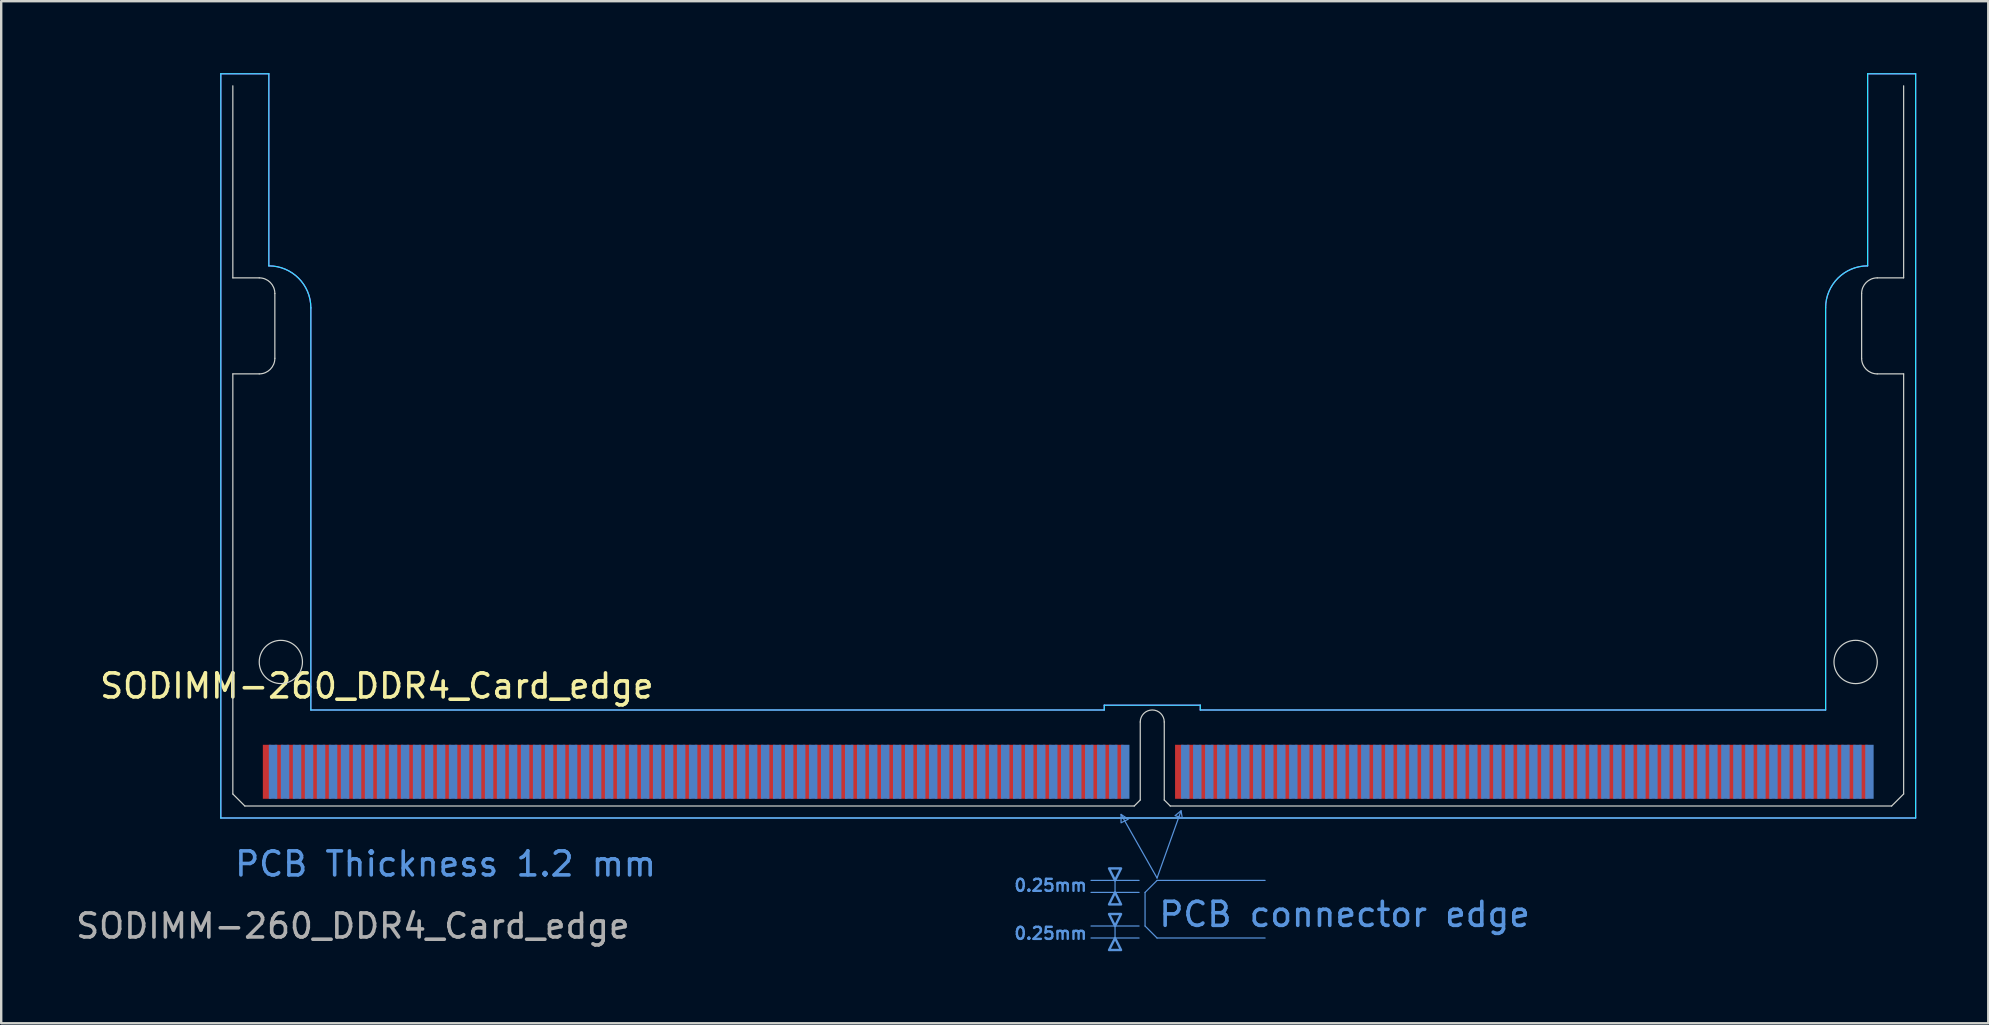
<source format=kicad_pcb>
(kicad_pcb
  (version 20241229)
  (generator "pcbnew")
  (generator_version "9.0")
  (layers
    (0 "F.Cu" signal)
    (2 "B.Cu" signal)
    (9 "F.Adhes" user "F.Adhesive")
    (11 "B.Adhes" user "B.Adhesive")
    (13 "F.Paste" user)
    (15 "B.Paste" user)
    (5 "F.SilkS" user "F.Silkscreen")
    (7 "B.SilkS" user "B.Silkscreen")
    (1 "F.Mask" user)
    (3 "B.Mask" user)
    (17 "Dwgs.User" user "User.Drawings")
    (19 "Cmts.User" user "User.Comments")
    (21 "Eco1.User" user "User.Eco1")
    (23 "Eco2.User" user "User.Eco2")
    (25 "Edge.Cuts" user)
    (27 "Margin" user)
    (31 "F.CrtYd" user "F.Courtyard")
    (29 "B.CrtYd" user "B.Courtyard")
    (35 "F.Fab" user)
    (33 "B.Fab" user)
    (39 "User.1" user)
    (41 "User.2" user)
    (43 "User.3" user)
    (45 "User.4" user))
  (footprint "SODIMM-260_DDR4_Card_edge"
    (layer "F.Cu")
    (at 6.649 30.525)
    (property "Reference" "SODIMM-260_DDR4_Card_edge" (at 6 -5 0) (layer "F.SilkS") (effects (font (size 1 1) (thickness 0.15))))
    (attr exclude_from_pos_files exclude_from_bom allow_soldermask_bridges)
    (fp_rect (start 1.1 -2.7) (end 37.8 0) (stroke (width 0) (type solid)) (fill yes) (layer "F.Mask"))
    (fp_rect (start 38.8 -2.7) (end 68.25 0) (stroke (width 0) (type solid)) (fill yes) (layer "F.Mask"))
    (fp_rect (start 1.35 -2.7) (end 37.8 0) (stroke (width 0) (type solid)) (fill yes) (layer "B.Mask"))
    (fp_rect (start 38.8 -2.7) (end 68.5 0) (stroke (width 0) (type solid)) (fill yes) (layer "B.Mask"))
    (fp_line (start 36.75 3.1) (end 36.75 3.6) (stroke (width 0.05) (type default)) (layer "Cmts.User"))
    (fp_line (start 36.75 5) (end 36.75 5.5) (stroke (width 0.05) (type default)) (layer "Cmts.User"))
    (fp_line (start 37 0.35) (end 38.5 3) (stroke (width 0.05) (type default)) (layer "Cmts.User"))
    (fp_line (start 37.75 3.1) (end 35.75 3.1) (stroke (width 0.05) (type default)) (layer "Cmts.User"))
    (fp_line (start 37.75 3.6) (end 35.75 3.6) (stroke (width 0.05) (type default)) (layer "Cmts.User"))
    (fp_line (start 37.75 5) (end 35.75 5) (stroke (width 0.05) (type default)) (layer "Cmts.User"))
    (fp_line (start 37.75 5.5) (end 35.75 5.5) (stroke (width 0.05) (type default)) (layer "Cmts.User"))
    (fp_line (start 38 3.6) (end 38 5) (stroke (width 0.05) (type default)) (layer "Cmts.User"))
    (fp_line (start 38 5) (end 38.5 5.5) (stroke (width 0.05) (type default)) (layer "Cmts.User"))
    (fp_line (start 38.5 3.1) (end 38 3.6) (stroke (width 0.05) (type default)) (layer "Cmts.User"))
    (fp_line (start 38.5 5.5) (end 43 5.5) (stroke (width 0.05) (type default)) (layer "Cmts.User"))
    (fp_line (start 39.5 0.2) (end 38.5 3) (stroke (width 0.05) (type default)) (layer "Cmts.User"))
    (fp_line (start 43 3.1) (end 38.5 3.1) (stroke (width 0.05) (type default)) (layer "Cmts.User"))
    (fp_poly (pts (xy 36.75 3.1) (xy 36.5 2.6) (xy 37 2.6)) (stroke (width 0.1) (type solid)) (fill no) (layer "Cmts.User"))
    (fp_poly (pts (xy 36.75 3.6) (xy 36.5 4.1) (xy 37 4.1)) (stroke (width 0.1) (type solid)) (fill no) (layer "Cmts.User"))
    (fp_poly (pts (xy 36.75 5) (xy 36.5 4.5) (xy 37 4.5)) (stroke (width 0.1) (type solid)) (fill no) (layer "Cmts.User"))
    (fp_poly (pts (xy 36.75 5.5) (xy 36.5 6) (xy 37 6)) (stroke (width 0.1) (type solid)) (fill no) (layer "Cmts.User"))
    (fp_poly (pts (xy 37 0.35) (xy 37 0.7) (xy 37.3 0.55)) (stroke (width 0.05) (type solid)) (fill no) (layer "Cmts.User"))
    (fp_poly (pts (xy 39.5 0.2) (xy 39.25 0.4) (xy 39.55 0.5)) (stroke (width 0.05) (type solid)) (fill no) (layer "Cmts.User"))
    (fp_line (start 0 -30) (end 0 -22) (stroke (width 0.05) (type default)) (layer "Edge.Cuts"))
    (fp_line (start 0 -22) (end 1.1 -22) (stroke (width 0.05) (type default)) (layer "Edge.Cuts"))
    (fp_line (start 0 -18) (end 0 -0.5) (stroke (width 0.05) (type default)) (layer "Edge.Cuts"))
    (fp_line (start 0.5 0) (end 0 -0.5) (stroke (width 0.05) (type default)) (layer "Edge.Cuts"))
    (fp_line (start 0.5 0) (end 37.55 0) (stroke (width 0.05) (type default)) (layer "Edge.Cuts"))
    (fp_line (start 1.1 -18) (end 0 -18) (stroke (width 0.05) (type default)) (layer "Edge.Cuts"))
    (fp_line (start 1.75 -21.35) (end 1.75 -18.65) (stroke (width 0.05) (type default)) (layer "Edge.Cuts"))
    (fp_line (start 37.55 0) (end 37.8 -0.25) (stroke (width 0.05) (type default)) (layer "Edge.Cuts"))
    (fp_line (start 37.8 -0.25) (end 37.8 -3.5) (stroke (width 0.05) (type default)) (layer "Edge.Cuts"))
    (fp_line (start 38.8 -3.5) (end 38.8 -0.25) (stroke (width 0.05) (type default)) (layer "Edge.Cuts"))
    (fp_line (start 38.8 -0.25) (end 39.05 0) (stroke (width 0.05) (type default)) (layer "Edge.Cuts"))
    (fp_line (start 39.05 0) (end 69.1 0) (stroke (width 0.05) (type default)) (layer "Edge.Cuts"))
    (fp_line (start 67.85 -18.65) (end 67.85 -21.35) (stroke (width 0.05) (type default)) (layer "Edge.Cuts"))
    (fp_line (start 68.5 -22) (end 69.6 -22) (stroke (width 0.05) (type default)) (layer "Edge.Cuts"))
    (fp_line (start 69.6 -22) (end 69.6 -30) (stroke (width 0.05) (type default)) (layer "Edge.Cuts"))
    (fp_line (start 69.6 -18) (end 68.5 -18) (stroke (width 0.05) (type default)) (layer "Edge.Cuts"))
    (fp_line (start 69.6 -0.5) (end 69.1 0) (stroke (width 0.05) (type default)) (layer "Edge.Cuts"))
    (fp_line (start 69.6 -0.5) (end 69.6 -18) (stroke (width 0.05) (type default)) (layer "Edge.Cuts"))
    (fp_arc (start 1.1 -22) (mid 1.559619 -21.809619) (end 1.75 -21.35) (stroke (width 0.05) (type default)) (layer "Edge.Cuts"))
    (fp_arc (start 1.75 -18.65) (mid 1.559619 -18.190381) (end 1.1 -18) (stroke (width 0.05) (type default)) (layer "Edge.Cuts"))
    (fp_arc (start 37.8 -3.5) (mid 38.3 -4) (end 38.8 -3.5) (stroke (width 0.05) (type default)) (layer "Edge.Cuts"))
    (fp_arc (start 67.85 -21.35) (mid 68.040381 -21.809619) (end 68.5 -22) (stroke (width 0.05) (type default)) (layer "Edge.Cuts"))
    (fp_arc (start 68.5 -18) (mid 68.040381 -18.190381) (end 67.85 -18.65) (stroke (width 0.05) (type default)) (layer "Edge.Cuts"))
    (fp_circle (center 2 -6) (end 2 -6.9) (stroke (width 0.05) (type default)) (fill no) (layer "Edge.Cuts"))
    (fp_circle (center 67.6 -6) (end 67.55 -6.9) (stroke (width 0.05) (type default)) (fill no) (layer "Edge.Cuts"))
    (fp_line (start -0.5 -30.5) (end 1.5 -30.5) (stroke (width 0.05) (type default)) (layer "B.CrtYd"))
    (fp_line (start -0.5 0.5) (end -0.5 -30.5) (stroke (width 0.05) (type default)) (layer "B.CrtYd"))
    (fp_line (start -0.5 0.5) (end 70.1 0.5) (stroke (width 0.05) (type default)) (layer "B.CrtYd"))
    (fp_line (start 1.5 -30.5) (end 1.5 -22.5) (stroke (width 0.05) (type default)) (layer "B.CrtYd"))
    (fp_line (start 3.25 -20.75) (end 3.25 -4) (stroke (width 0.05) (type default)) (layer "B.CrtYd"))
    (fp_line (start 3.25 -4) (end 36.3 -4) (stroke (width 0.05) (type default)) (layer "B.CrtYd"))
    (fp_line (start 36.3 -4.2) (end 40.3 -4.2) (stroke (width 0.05) (type default)) (layer "B.CrtYd"))
    (fp_line (start 36.3 -4) (end 36.3 -4.2) (stroke (width 0.05) (type default)) (layer "B.CrtYd"))
    (fp_line (start 40.3 -4.2) (end 40.3 -4) (stroke (width 0.05) (type default)) (layer "B.CrtYd"))
    (fp_line (start 40.3 -4) (end 66.35 -4) (stroke (width 0.05) (type default)) (layer "B.CrtYd"))
    (fp_line (start 66.35 -4) (end 66.35 -20.75) (stroke (width 0.05) (type default)) (layer "B.CrtYd"))
    (fp_line (start 68.1 -30.5) (end 68.1 -22.5) (stroke (width 0.05) (type default)) (layer "B.CrtYd"))
    (fp_line (start 68.1 -30.5) (end 70.1 -30.5) (stroke (width 0.05) (type default)) (layer "B.CrtYd"))
    (fp_line (start 70.1 0.5) (end 70.1 -30.5) (stroke (width 0.05) (type default)) (layer "B.CrtYd"))
    (fp_arc (start 1.5 -22.5) (mid 2.737437 -21.987437) (end 3.25 -20.75) (stroke (width 0.05) (type default)) (layer "B.CrtYd"))
    (fp_arc (start 66.35 -20.75) (mid 66.862563 -21.987437) (end 68.1 -22.5) (stroke (width 0.05) (type default)) (layer "B.CrtYd"))
    (fp_line (start -0.5 -30.5) (end 1.5 -30.5) (stroke (width 0.05) (type default)) (layer "F.CrtYd"))
    (fp_line (start -0.5 0.5) (end -0.5 -30.5) (stroke (width 0.05) (type default)) (layer "F.CrtYd"))
    (fp_line (start -0.5 0.5) (end 70.1 0.5) (stroke (width 0.05) (type default)) (layer "F.CrtYd"))
    (fp_line (start 1.5 -30.5) (end 1.5 -22.5) (stroke (width 0.05) (type default)) (layer "F.CrtYd"))
    (fp_line (start 3.25 -20.75) (end 3.25 -4) (stroke (width 0.05) (type default)) (layer "F.CrtYd"))
    (fp_line (start 3.25 -4) (end 36.3 -4) (stroke (width 0.05) (type default)) (layer "F.CrtYd"))
    (fp_line (start 36.3 -4.2) (end 40.3 -4.2) (stroke (width 0.05) (type default)) (layer "F.CrtYd"))
    (fp_line (start 36.3 -4) (end 36.3 -4.2) (stroke (width 0.05) (type default)) (layer "F.CrtYd"))
    (fp_line (start 40.3 -4.2) (end 40.3 -4) (stroke (width 0.05) (type default)) (layer "F.CrtYd"))
    (fp_line (start 40.3 -4) (end 66.35 -4) (stroke (width 0.05) (type default)) (layer "F.CrtYd"))
    (fp_line (start 66.35 -4) (end 66.35 -20.75) (stroke (width 0.05) (type default)) (layer "F.CrtYd"))
    (fp_line (start 68.1 -30.5) (end 68.1 -22.5) (stroke (width 0.05) (type default)) (layer "F.CrtYd"))
    (fp_line (start 68.1 -30.5) (end 70.1 -30.5) (stroke (width 0.05) (type default)) (layer "F.CrtYd"))
    (fp_line (start 70.1 0.5) (end 70.1 -30.5) (stroke (width 0.05) (type default)) (layer "F.CrtYd"))
    (fp_arc (start 1.5 -22.5) (mid 2.737437 -21.987437) (end 3.25 -20.75) (stroke (width 0.05) (type default)) (layer "F.CrtYd"))
    (fp_arc (start 66.35 -20.75) (mid 66.862563 -21.987437) (end 68.1 -22.5) (stroke (width 0.05) (type default)) (layer "F.CrtYd"))
    (fp_text user "0.25mm" (at 32.5 3.6 0) (unlocked yes) (layer "Cmts.User") (effects (font (size 0.5 0.5) (thickness 0.1) (bold yes)) (justify left bottom)))
    (fp_text user "PCB connector edge" (at 38.5 5.1 0) (unlocked yes) (layer "Cmts.User") (effects (font (size 1 1) (thickness 0.15)) (justify left bottom)))
    (fp_text user "0.25mm" (at 32.5 5.6 0) (unlocked yes) (layer "Cmts.User") (effects (font (size 0.5 0.5) (thickness 0.1) (bold yes)) (justify left bottom)))
    (fp_text user "PCB Thickness 1.2 mm" (at 0 3 0) (unlocked yes) (layer "Cmts.User") (effects (font (size 1 1) (thickness 0.15)) (justify left bottom)))
    (fp_text user "${REFERENCE}" (at 5 5 0) (unlocked yes) (layer "F.Fab") (effects (font (size 1 1) (thickness 0.15))))
    (pad "1" connect rect (at 1.425 -1.425) (size 0.35 2.25) (layers "F.Cu" "F.Mask"))
    (pad "2" connect rect (at 1.675 -1.425) (size 0.35 2.25) (layers "B.Cu" "B.Mask"))
    (pad "3" connect rect (at 1.925 -1.425) (size 0.35 2.25) (layers "F.Cu" "F.Mask"))
    (pad "4" connect rect (at 2.175 -1.425) (size 0.35 2.25) (layers "B.Cu" "B.Mask"))
    (pad "5" connect rect (at 2.425 -1.425) (size 0.35 2.25) (layers "F.Cu" "F.Mask"))
    (pad "6" connect rect (at 2.675 -1.425) (size 0.35 2.25) (layers "B.Cu" "B.Mask"))
    (pad "7" connect rect (at 2.925 -1.425) (size 0.35 2.25) (layers "F.Cu" "F.Mask"))
    (pad "8" connect rect (at 3.175 -1.425) (size 0.35 2.25) (layers "B.Cu" "B.Mask"))
    (pad "9" connect rect (at 3.425 -1.425) (size 0.35 2.25) (layers "F.Cu" "F.Mask"))
    (pad "10" connect rect (at 3.675 -1.425) (size 0.35 2.25) (layers "B.Cu" "B.Mask"))
    (pad "11" connect rect (at 3.925 -1.425) (size 0.35 2.25) (layers "F.Cu" "F.Mask"))
    (pad "12" connect rect (at 4.175 -1.425) (size 0.35 2.25) (layers "B.Cu" "B.Mask"))
    (pad "13" connect rect (at 4.425 -1.425) (size 0.35 2.25) (layers "F.Cu" "F.Mask"))
    (pad "14" connect rect (at 4.675 -1.425) (size 0.35 2.25) (layers "B.Cu" "B.Mask"))
    (pad "15" connect rect (at 4.925 -1.425) (size 0.35 2.25) (layers "F.Cu" "F.Mask"))
    (pad "16" connect rect (at 5.175 -1.425) (size 0.35 2.25) (layers "B.Cu" "B.Mask"))
    (pad "17" connect rect (at 5.425 -1.425) (size 0.35 2.25) (layers "F.Cu" "F.Mask"))
    (pad "18" connect rect (at 5.675 -1.425) (size 0.35 2.25) (layers "B.Cu" "B.Mask"))
    (pad "19" connect rect (at 5.925 -1.425) (size 0.35 2.25) (layers "F.Cu" "F.Mask"))
    (pad "20" connect rect (at 6.175 -1.425) (size 0.35 2.25) (layers "B.Cu" "B.Mask"))
    (pad "21" connect rect (at 6.425 -1.425) (size 0.35 2.25) (layers "F.Cu" "F.Mask"))
    (pad "22" connect rect (at 6.675 -1.425) (size 0.35 2.25) (layers "B.Cu" "B.Mask"))
    (pad "23" connect rect (at 6.925 -1.425) (size 0.35 2.25) (layers "F.Cu" "F.Mask"))
    (pad "24" connect rect (at 7.175 -1.425) (size 0.35 2.25) (layers "B.Cu" "B.Mask"))
    (pad "25" connect rect (at 7.425 -1.425) (size 0.35 2.25) (layers "F.Cu" "F.Mask"))
    (pad "26" connect rect (at 7.675 -1.425) (size 0.35 2.25) (layers "B.Cu" "B.Mask"))
    (pad "27" connect rect (at 7.925 -1.425) (size 0.35 2.25) (layers "F.Cu" "F.Mask"))
    (pad "28" connect rect (at 8.175 -1.425) (size 0.35 2.25) (layers "B.Cu" "B.Mask"))
    (pad "29" connect rect (at 8.425 -1.425) (size 0.35 2.25) (layers "F.Cu" "F.Mask"))
    (pad "30" connect rect (at 8.675 -1.425) (size 0.35 2.25) (layers "B.Cu" "B.Mask"))
    (pad "31" connect rect (at 8.925 -1.425) (size 0.35 2.25) (layers "F.Cu" "F.Mask"))
    (pad "32" connect rect (at 9.175 -1.425) (size 0.35 2.25) (layers "B.Cu" "B.Mask"))
    (pad "33" connect rect (at 9.425 -1.425) (size 0.35 2.25) (layers "F.Cu" "F.Mask"))
    (pad "34" connect rect (at 9.675 -1.425) (size 0.35 2.25) (layers "B.Cu" "B.Mask"))
    (pad "35" connect rect (at 9.925 -1.425) (size 0.35 2.25) (layers "F.Cu" "F.Mask"))
    (pad "36" connect rect (at 10.175 -1.425) (size 0.35 2.25) (layers "B.Cu" "B.Mask"))
    (pad "37" connect rect (at 10.425 -1.425) (size 0.35 2.25) (layers "F.Cu" "F.Mask"))
    (pad "38" connect rect (at 10.675 -1.425) (size 0.35 2.25) (layers "B.Cu" "B.Mask"))
    (pad "39" connect rect (at 10.925 -1.425) (size 0.35 2.25) (layers "F.Cu" "F.Mask"))
    (pad "40" connect rect (at 11.175 -1.425) (size 0.35 2.25) (layers "B.Cu" "B.Mask"))
    (pad "41" connect rect (at 11.425 -1.425) (size 0.35 2.25) (layers "F.Cu" "F.Mask"))
    (pad "42" connect rect (at 11.675 -1.425) (size 0.35 2.25) (layers "B.Cu" "B.Mask"))
    (pad "43" connect rect (at 11.925 -1.425) (size 0.35 2.25) (layers "F.Cu" "F.Mask"))
    (pad "44" connect rect (at 12.175 -1.425) (size 0.35 2.25) (layers "B.Cu" "B.Mask"))
    (pad "45" connect rect (at 12.425 -1.425) (size 0.35 2.25) (layers "F.Cu" "F.Mask"))
    (pad "46" connect rect (at 12.675 -1.425) (size 0.35 2.25) (layers "B.Cu" "B.Mask"))
    (pad "47" connect rect (at 12.925 -1.425) (size 0.35 2.25) (layers "F.Cu" "F.Mask"))
    (pad "48" connect rect (at 13.175 -1.425) (size 0.35 2.25) (layers "B.Cu" "B.Mask"))
    (pad "49" connect rect (at 13.425 -1.425) (size 0.35 2.25) (layers "F.Cu" "F.Mask"))
    (pad "50" connect rect (at 13.675 -1.425) (size 0.35 2.25) (layers "B.Cu" "B.Mask"))
    (pad "51" connect rect (at 13.925 -1.425) (size 0.35 2.25) (layers "F.Cu" "F.Mask"))
    (pad "52" connect rect (at 14.175 -1.425) (size 0.35 2.25) (layers "B.Cu" "B.Mask"))
    (pad "53" connect rect (at 14.425 -1.425) (size 0.35 2.25) (layers "F.Cu" "F.Mask"))
    (pad "54" connect rect (at 14.675 -1.425) (size 0.35 2.25) (layers "B.Cu" "B.Mask"))
    (pad "55" connect rect (at 14.925 -1.425) (size 0.35 2.25) (layers "F.Cu" "F.Mask"))
    (pad "56" connect rect (at 15.175 -1.425) (size 0.35 2.25) (layers "B.Cu" "B.Mask"))
    (pad "57" connect rect (at 15.425 -1.425) (size 0.35 2.25) (layers "F.Cu" "F.Mask"))
    (pad "58" connect rect (at 15.675 -1.425) (size 0.35 2.25) (layers "B.Cu" "B.Mask"))
    (pad "59" connect rect (at 15.925 -1.425) (size 0.35 2.25) (layers "F.Cu" "F.Mask"))
    (pad "60" connect rect (at 16.175 -1.425) (size 0.35 2.25) (layers "B.Cu" "B.Mask"))
    (pad "61" connect rect (at 16.425 -1.425) (size 0.35 2.25) (layers "F.Cu" "F.Mask"))
    (pad "62" connect rect (at 16.675 -1.425) (size 0.35 2.25) (layers "B.Cu" "B.Mask"))
    (pad "63" connect rect (at 16.925 -1.425) (size 0.35 2.25) (layers "F.Cu" "F.Mask"))
    (pad "64" connect rect (at 17.175 -1.425) (size 0.35 2.25) (layers "B.Cu" "B.Mask"))
    (pad "65" connect rect (at 17.425 -1.425) (size 0.35 2.25) (layers "F.Cu" "F.Mask"))
    (pad "66" connect rect (at 17.675 -1.425) (size 0.35 2.25) (layers "B.Cu" "B.Mask"))
    (pad "67" connect rect (at 17.925 -1.425) (size 0.35 2.25) (layers "F.Cu" "F.Mask"))
    (pad "68" connect rect (at 18.175 -1.425) (size 0.35 2.25) (layers "B.Cu" "B.Mask"))
    (pad "69" connect rect (at 18.425 -1.425) (size 0.35 2.25) (layers "F.Cu" "F.Mask"))
    (pad "70" connect rect (at 18.675 -1.425) (size 0.35 2.25) (layers "B.Cu" "B.Mask"))
    (pad "71" connect rect (at 18.925 -1.425) (size 0.35 2.25) (layers "F.Cu" "F.Mask"))
    (pad "72" connect rect (at 19.175 -1.425) (size 0.35 2.25) (layers "B.Cu" "B.Mask"))
    (pad "73" connect rect (at 19.425 -1.425) (size 0.35 2.25) (layers "F.Cu" "F.Mask"))
    (pad "74" connect rect (at 19.675 -1.425) (size 0.35 2.25) (layers "B.Cu" "B.Mask"))
    (pad "75" connect rect (at 19.925 -1.425) (size 0.35 2.25) (layers "F.Cu" "F.Mask"))
    (pad "76" connect rect (at 20.175 -1.425) (size 0.35 2.25) (layers "B.Cu" "B.Mask"))
    (pad "77" connect rect (at 20.425 -1.425) (size 0.35 2.25) (layers "F.Cu" "F.Mask"))
    (pad "78" connect rect (at 20.675 -1.425) (size 0.35 2.25) (layers "B.Cu" "B.Mask"))
    (pad "79" connect rect (at 20.925 -1.425) (size 0.35 2.25) (layers "F.Cu" "F.Mask"))
    (pad "80" connect rect (at 21.175 -1.425) (size 0.35 2.25) (layers "B.Cu" "B.Mask"))
    (pad "81" connect rect (at 21.425 -1.425) (size 0.35 2.25) (layers "F.Cu" "F.Mask"))
    (pad "82" connect rect (at 21.675 -1.425) (size 0.35 2.25) (layers "B.Cu" "B.Mask"))
    (pad "83" connect rect (at 21.925 -1.425) (size 0.35 2.25) (layers "F.Cu" "F.Mask"))
    (pad "84" connect rect (at 22.175 -1.425) (size 0.35 2.25) (layers "B.Cu" "B.Mask"))
    (pad "85" connect rect (at 22.425 -1.425) (size 0.35 2.25) (layers "F.Cu" "F.Mask"))
    (pad "86" connect rect (at 22.675 -1.425) (size 0.35 2.25) (layers "B.Cu" "B.Mask"))
    (pad "87" connect rect (at 22.925 -1.425) (size 0.35 2.25) (layers "F.Cu" "F.Mask"))
    (pad "88" connect rect (at 23.175 -1.425) (size 0.35 2.25) (layers "B.Cu" "B.Mask"))
    (pad "89" connect rect (at 23.425 -1.425) (size 0.35 2.25) (layers "F.Cu" "F.Mask"))
    (pad "90" connect rect (at 23.675 -1.425) (size 0.35 2.25) (layers "B.Cu" "B.Mask"))
    (pad "91" connect rect (at 23.925 -1.425) (size 0.35 2.25) (layers "F.Cu" "F.Mask"))
    (pad "92" connect rect (at 24.175 -1.425) (size 0.35 2.25) (layers "B.Cu" "B.Mask"))
    (pad "93" connect rect (at 24.425 -1.425) (size 0.35 2.25) (layers "F.Cu" "F.Mask"))
    (pad "94" connect rect (at 24.675 -1.425) (size 0.35 2.25) (layers "B.Cu" "B.Mask"))
    (pad "95" connect rect (at 24.925 -1.425) (size 0.35 2.25) (layers "F.Cu" "F.Mask"))
    (pad "96" connect rect (at 25.175 -1.425) (size 0.35 2.25) (layers "B.Cu" "B.Mask"))
    (pad "97" connect rect (at 25.425 -1.425) (size 0.35 2.25) (layers "F.Cu" "F.Mask"))
    (pad "98" connect rect (at 25.675 -1.425) (size 0.35 2.25) (layers "B.Cu" "B.Mask"))
    (pad "99" connect rect (at 25.925 -1.425) (size 0.35 2.25) (layers "F.Cu" "F.Mask"))
    (pad "100" connect rect (at 26.175 -1.425) (size 0.35 2.25) (layers "B.Cu" "B.Mask"))
    (pad "101" connect rect (at 26.425 -1.425) (size 0.35 2.25) (layers "F.Cu" "F.Mask"))
    (pad "102" connect rect (at 26.675 -1.425) (size 0.35 2.25) (layers "B.Cu" "B.Mask"))
    (pad "103" connect rect (at 26.925 -1.425) (size 0.35 2.25) (layers "F.Cu" "F.Mask"))
    (pad "104" connect rect (at 27.175 -1.425) (size 0.35 2.25) (layers "B.Cu" "B.Mask"))
    (pad "105" connect rect (at 27.425 -1.425) (size 0.35 2.25) (layers "F.Cu" "F.Mask"))
    (pad "106" connect rect (at 27.675 -1.425) (size 0.35 2.25) (layers "B.Cu" "B.Mask"))
    (pad "107" connect rect (at 27.925 -1.425) (size 0.35 2.25) (layers "F.Cu" "F.Mask"))
    (pad "108" connect rect (at 28.175 -1.425) (size 0.35 2.25) (layers "B.Cu" "B.Mask"))
    (pad "109" connect rect (at 28.425 -1.425) (size 0.35 2.25) (layers "F.Cu" "F.Mask"))
    (pad "110" connect rect (at 28.675 -1.425) (size 0.35 2.25) (layers "B.Cu" "B.Mask"))
    (pad "111" connect rect (at 28.925 -1.425) (size 0.35 2.25) (layers "F.Cu" "F.Mask"))
    (pad "112" connect rect (at 29.175 -1.425) (size 0.35 2.25) (layers "B.Cu" "B.Mask"))
    (pad "113" connect rect (at 29.425 -1.425) (size 0.35 2.25) (layers "F.Cu" "F.Mask"))
    (pad "114" connect rect (at 29.675 -1.425) (size 0.35 2.25) (layers "B.Cu" "B.Mask"))
    (pad "115" connect rect (at 29.925 -1.425) (size 0.35 2.25) (layers "F.Cu" "F.Mask"))
    (pad "116" connect rect (at 30.175 -1.425) (size 0.35 2.25) (layers "B.Cu" "B.Mask"))
    (pad "117" connect rect (at 30.425 -1.425) (size 0.35 2.25) (layers "F.Cu" "F.Mask"))
    (pad "118" connect rect (at 30.675 -1.425) (size 0.35 2.25) (layers "B.Cu" "B.Mask"))
    (pad "119" connect rect (at 30.925 -1.425) (size 0.35 2.25) (layers "F.Cu" "F.Mask"))
    (pad "120" connect rect (at 31.175 -1.425) (size 0.35 2.25) (layers "B.Cu" "B.Mask"))
    (pad "121" connect rect (at 31.425 -1.425) (size 0.35 2.25) (layers "F.Cu" "F.Mask"))
    (pad "122" connect rect (at 31.675 -1.425) (size 0.35 2.25) (layers "B.Cu" "B.Mask"))
    (pad "123" connect rect (at 31.925 -1.425) (size 0.35 2.25) (layers "F.Cu" "F.Mask"))
    (pad "124" connect rect (at 32.175 -1.425) (size 0.35 2.25) (layers "B.Cu" "B.Mask"))
    (pad "125" connect rect (at 32.425 -1.425) (size 0.35 2.25) (layers "F.Cu" "F.Mask"))
    (pad "126" connect rect (at 32.675 -1.425) (size 0.35 2.25) (layers "B.Cu" "B.Mask"))
    (pad "127" connect rect (at 32.925 -1.425) (size 0.35 2.25) (layers "F.Cu" "F.Mask"))
    (pad "128" connect rect (at 33.175 -1.425) (size 0.35 2.25) (layers "B.Cu" "B.Mask"))
    (pad "129" connect rect (at 33.425 -1.425) (size 0.35 2.25) (layers "F.Cu" "F.Mask"))
    (pad "130" connect rect (at 33.675 -1.425) (size 0.35 2.25) (layers "B.Cu" "B.Mask"))
    (pad "131" connect rect (at 33.925 -1.425) (size 0.35 2.25) (layers "F.Cu" "F.Mask"))
    (pad "132" connect rect (at 34.175 -1.425) (size 0.35 2.25) (layers "B.Cu" "B.Mask"))
    (pad "133" connect rect (at 34.425 -1.425) (size 0.35 2.25) (layers "F.Cu" "F.Mask"))
    (pad "134" connect rect (at 34.675 -1.425) (size 0.35 2.25) (layers "B.Cu" "B.Mask"))
    (pad "135" connect rect (at 34.925 -1.425) (size 0.35 2.25) (layers "F.Cu" "F.Mask"))
    (pad "136" connect rect (at 35.175 -1.425) (size 0.35 2.25) (layers "B.Cu" "B.Mask"))
    (pad "137" connect rect (at 35.425 -1.425) (size 0.35 2.25) (layers "F.Cu" "F.Mask"))
    (pad "138" connect rect (at 35.675 -1.425) (size 0.35 2.25) (layers "B.Cu" "B.Mask"))
    (pad "139" connect rect (at 35.925 -1.425) (size 0.35 2.25) (layers "F.Cu" "F.Mask"))
    (pad "140" connect rect (at 36.175 -1.425) (size 0.35 2.25) (layers "B.Cu" "B.Mask"))
    (pad "141" connect rect (at 36.425 -1.425) (size 0.35 2.25) (layers "F.Cu" "F.Mask"))
    (pad "142" connect rect (at 36.675 -1.425) (size 0.35 2.25) (layers "B.Cu" "B.Mask"))
    (pad "143" connect rect (at 36.925 -1.425) (size 0.35 2.25) (layers "F.Cu" "F.Mask"))
    (pad "144" connect rect (at 37.175 -1.425) (size 0.35 2.25) (layers "B.Cu" "B.Mask"))
    (pad "145" connect rect (at 39.425 -1.425) (size 0.35 2.25) (layers "F.Cu" "F.Mask"))
    (pad "146" connect rect (at 39.675 -1.425) (size 0.35 2.25) (layers "B.Cu" "B.Mask"))
    (pad "147" connect rect (at 39.925 -1.425) (size 0.35 2.25) (layers "F.Cu" "F.Mask"))
    (pad "148" connect rect (at 40.175 -1.425) (size 0.35 2.25) (layers "B.Cu" "B.Mask"))
    (pad "149" connect rect (at 40.425 -1.425) (size 0.35 2.25) (layers "F.Cu" "F.Mask"))
    (pad "150" connect rect (at 40.675 -1.425) (size 0.35 2.25) (layers "B.Cu" "B.Mask"))
    (pad "151" connect rect (at 40.925 -1.425) (size 0.35 2.25) (layers "F.Cu" "F.Mask"))
    (pad "152" connect rect (at 41.175 -1.425) (size 0.35 2.25) (layers "B.Cu" "B.Mask"))
    (pad "153" connect rect (at 41.425 -1.425) (size 0.35 2.25) (layers "F.Cu" "F.Mask"))
    (pad "154" connect rect (at 41.675 -1.425) (size 0.35 2.25) (layers "B.Cu" "B.Mask"))
    (pad "155" connect rect (at 41.925 -1.425) (size 0.35 2.25) (layers "F.Cu" "F.Mask"))
    (pad "156" connect rect (at 42.175 -1.425) (size 0.35 2.25) (layers "B.Cu" "B.Mask"))
    (pad "157" connect rect (at 42.425 -1.425) (size 0.35 2.25) (layers "F.Cu" "F.Mask"))
    (pad "158" connect rect (at 42.675 -1.425) (size 0.35 2.25) (layers "B.Cu" "B.Mask"))
    (pad "159" connect rect (at 42.925 -1.425) (size 0.35 2.25) (layers "F.Cu" "F.Mask"))
    (pad "160" connect rect (at 43.175 -1.425) (size 0.35 2.25) (layers "B.Cu" "B.Mask"))
    (pad "161" connect rect (at 43.425 -1.425) (size 0.35 2.25) (layers "F.Cu" "F.Mask"))
    (pad "162" connect rect (at 43.675 -1.425) (size 0.35 2.25) (layers "B.Cu" "B.Mask"))
    (pad "163" connect rect (at 43.925 -1.425) (size 0.35 2.25) (layers "F.Cu" "F.Mask"))
    (pad "164" connect rect (at 44.175 -1.425) (size 0.35 2.25) (layers "B.Cu" "B.Mask"))
    (pad "165" connect rect (at 44.425 -1.425) (size 0.35 2.25) (layers "F.Cu" "F.Mask"))
    (pad "166" connect rect (at 44.675 -1.425) (size 0.35 2.25) (layers "B.Cu" "B.Mask"))
    (pad "167" connect rect (at 44.925 -1.425) (size 0.35 2.25) (layers "F.Cu" "F.Mask"))
    (pad "168" connect rect (at 45.175 -1.425) (size 0.35 2.25) (layers "B.Cu" "B.Mask"))
    (pad "169" connect rect (at 45.425 -1.425) (size 0.35 2.25) (layers "F.Cu" "F.Mask"))
    (pad "170" connect rect (at 45.675 -1.425) (size 0.35 2.25) (layers "B.Cu" "B.Mask"))
    (pad "171" connect rect (at 45.925 -1.425) (size 0.35 2.25) (layers "F.Cu" "F.Mask"))
    (pad "172" connect rect (at 46.175 -1.425) (size 0.35 2.25) (layers "B.Cu" "B.Mask"))
    (pad "173" connect rect (at 46.425 -1.425) (size 0.35 2.25) (layers "F.Cu" "F.Mask"))
    (pad "174" connect rect (at 46.675 -1.425) (size 0.35 2.25) (layers "B.Cu" "B.Mask"))
    (pad "175" connect rect (at 46.925 -1.425) (size 0.35 2.25) (layers "F.Cu" "F.Mask"))
    (pad "176" connect rect (at 47.175 -1.425) (size 0.35 2.25) (layers "B.Cu" "B.Mask"))
    (pad "177" connect rect (at 47.425 -1.425) (size 0.35 2.25) (layers "F.Cu" "F.Mask"))
    (pad "178" connect rect (at 47.675 -1.425) (size 0.35 2.25) (layers "B.Cu" "B.Mask"))
    (pad "179" connect rect (at 47.925 -1.425) (size 0.35 2.25) (layers "F.Cu" "F.Mask"))
    (pad "180" connect rect (at 48.175 -1.425) (size 0.35 2.25) (layers "B.Cu" "B.Mask"))
    (pad "181" connect rect (at 48.425 -1.425) (size 0.35 2.25) (layers "F.Cu" "F.Mask"))
    (pad "182" connect rect (at 48.675 -1.425) (size 0.35 2.25) (layers "B.Cu" "B.Mask"))
    (pad "183" connect rect (at 48.925 -1.425) (size 0.35 2.25) (layers "F.Cu" "F.Mask"))
    (pad "184" connect rect (at 49.175 -1.425) (size 0.35 2.25) (layers "B.Cu" "B.Mask"))
    (pad "185" connect rect (at 49.425 -1.425) (size 0.35 2.25) (layers "F.Cu" "F.Mask"))
    (pad "186" connect rect (at 49.675 -1.425) (size 0.35 2.25) (layers "B.Cu" "B.Mask"))
    (pad "187" connect rect (at 49.925 -1.425) (size 0.35 2.25) (layers "F.Cu" "F.Mask"))
    (pad "188" connect rect (at 50.175 -1.425) (size 0.35 2.25) (layers "B.Cu" "B.Mask"))
    (pad "189" connect rect (at 50.425 -1.425) (size 0.35 2.25) (layers "F.Cu" "F.Mask"))
    (pad "190" connect rect (at 50.675 -1.425) (size 0.35 2.25) (layers "B.Cu" "B.Mask"))
    (pad "191" connect rect (at 50.925 -1.425) (size 0.35 2.25) (layers "F.Cu" "F.Mask"))
    (pad "192" connect rect (at 51.175 -1.425) (size 0.35 2.25) (layers "B.Cu" "B.Mask"))
    (pad "193" connect rect (at 51.425 -1.425) (size 0.35 2.25) (layers "F.Cu" "F.Mask"))
    (pad "194" connect rect (at 51.675 -1.425) (size 0.35 2.25) (layers "B.Cu" "B.Mask"))
    (pad "195" connect rect (at 51.925 -1.425) (size 0.35 2.25) (layers "F.Cu" "F.Mask"))
    (pad "196" connect rect (at 52.175 -1.425) (size 0.35 2.25) (layers "B.Cu" "B.Mask"))
    (pad "197" connect rect (at 52.425 -1.425) (size 0.35 2.25) (layers "F.Cu" "F.Mask"))
    (pad "198" connect rect (at 52.675 -1.425) (size 0.35 2.25) (layers "B.Cu" "B.Mask"))
    (pad "199" connect rect (at 52.925 -1.425) (size 0.35 2.25) (layers "F.Cu" "F.Mask"))
    (pad "200" connect rect (at 53.175 -1.425) (size 0.35 2.25) (layers "B.Cu" "B.Mask"))
    (pad "201" connect rect (at 53.425 -1.425) (size 0.35 2.25) (layers "F.Cu" "F.Mask"))
    (pad "202" connect rect (at 53.675 -1.425) (size 0.35 2.25) (layers "B.Cu" "B.Mask"))
    (pad "203" connect rect (at 53.925 -1.425) (size 0.35 2.25) (layers "F.Cu" "F.Mask"))
    (pad "204" connect rect (at 54.175 -1.425) (size 0.35 2.25) (layers "B.Cu" "B.Mask"))
    (pad "205" connect rect (at 54.425 -1.425) (size 0.35 2.25) (layers "F.Cu" "F.Mask"))
    (pad "206" connect rect (at 54.675 -1.425) (size 0.35 2.25) (layers "B.Cu" "B.Mask"))
    (pad "207" connect rect (at 54.925 -1.425) (size 0.35 2.25) (layers "F.Cu" "F.Mask"))
    (pad "208" connect rect (at 55.175 -1.425) (size 0.35 2.25) (layers "B.Cu" "B.Mask"))
    (pad "209" connect rect (at 55.425 -1.425) (size 0.35 2.25) (layers "F.Cu" "F.Mask"))
    (pad "210" connect rect (at 55.675 -1.425) (size 0.35 2.25) (layers "B.Cu" "B.Mask"))
    (pad "211" connect rect (at 55.925 -1.425) (size 0.35 2.25) (layers "F.Cu" "F.Mask"))
    (pad "212" connect rect (at 56.175 -1.425) (size 0.35 2.25) (layers "B.Cu" "B.Mask"))
    (pad "213" connect rect (at 56.425 -1.425) (size 0.35 2.25) (layers "F.Cu" "F.Mask"))
    (pad "214" connect rect (at 56.675 -1.425) (size 0.35 2.25) (layers "B.Cu" "B.Mask"))
    (pad "215" connect rect (at 56.925 -1.425) (size 0.35 2.25) (layers "F.Cu" "F.Mask"))
    (pad "216" connect rect (at 57.175 -1.425) (size 0.35 2.25) (layers "B.Cu" "B.Mask"))
    (pad "217" connect rect (at 57.425 -1.425) (size 0.35 2.25) (layers "F.Cu" "F.Mask"))
    (pad "218" connect rect (at 57.675 -1.425) (size 0.35 2.25) (layers "B.Cu" "B.Mask"))
    (pad "219" connect rect (at 57.925 -1.425) (size 0.35 2.25) (layers "F.Cu" "F.Mask"))
    (pad "220" connect rect (at 58.175 -1.425) (size 0.35 2.25) (layers "B.Cu" "B.Mask"))
    (pad "221" connect rect (at 58.425 -1.425) (size 0.35 2.25) (layers "F.Cu" "F.Mask"))
    (pad "222" connect rect (at 58.675 -1.425) (size 0.35 2.25) (layers "B.Cu" "B.Mask"))
    (pad "223" connect rect (at 58.925 -1.425) (size 0.35 2.25) (layers "F.Cu" "F.Mask"))
    (pad "224" connect rect (at 59.175 -1.425) (size 0.35 2.25) (layers "B.Cu" "B.Mask"))
    (pad "225" connect rect (at 59.425 -1.425) (size 0.35 2.25) (layers "F.Cu" "F.Mask"))
    (pad "226" connect rect (at 59.675 -1.425) (size 0.35 2.25) (layers "B.Cu" "B.Mask"))
    (pad "227" connect rect (at 59.925 -1.425) (size 0.35 2.25) (layers "F.Cu" "F.Mask"))
    (pad "228" connect rect (at 60.175 -1.425) (size 0.35 2.25) (layers "B.Cu" "B.Mask"))
    (pad "229" connect rect (at 60.425 -1.425) (size 0.35 2.25) (layers "F.Cu" "F.Mask"))
    (pad "230" connect rect (at 60.675 -1.425) (size 0.35 2.25) (layers "B.Cu" "B.Mask"))
    (pad "231" connect rect (at 60.925 -1.425) (size 0.35 2.25) (layers "F.Cu" "F.Mask"))
    (pad "232" connect rect (at 61.175 -1.425) (size 0.35 2.25) (layers "B.Cu" "B.Mask"))
    (pad "233" connect rect (at 61.425 -1.425) (size 0.35 2.25) (layers "F.Cu" "F.Mask"))
    (pad "234" connect rect (at 61.675 -1.425) (size 0.35 2.25) (layers "B.Cu" "B.Mask"))
    (pad "235" connect rect (at 61.925 -1.425) (size 0.35 2.25) (layers "F.Cu" "F.Mask"))
    (pad "236" connect rect (at 62.175 -1.425) (size 0.35 2.25) (layers "B.Cu" "B.Mask"))
    (pad "237" connect rect (at 62.425 -1.425) (size 0.35 2.25) (layers "F.Cu" "F.Mask"))
    (pad "238" connect rect (at 62.675 -1.425) (size 0.35 2.25) (layers "B.Cu" "B.Mask"))
    (pad "239" connect rect (at 62.925 -1.425) (size 0.35 2.25) (layers "F.Cu" "F.Mask"))
    (pad "240" connect rect (at 63.175 -1.425) (size 0.35 2.25) (layers "B.Cu" "B.Mask"))
    (pad "241" connect rect (at 63.425 -1.425) (size 0.35 2.25) (layers "F.Cu" "F.Mask"))
    (pad "242" connect rect (at 63.675 -1.425) (size 0.35 2.25) (layers "B.Cu" "B.Mask"))
    (pad "243" connect rect (at 63.925 -1.425) (size 0.35 2.25) (layers "F.Cu" "F.Mask"))
    (pad "244" connect rect (at 64.175 -1.425) (size 0.35 2.25) (layers "B.Cu" "B.Mask"))
    (pad "245" connect rect (at 64.425 -1.425) (size 0.35 2.25) (layers "F.Cu" "F.Mask"))
    (pad "246" connect rect (at 64.675 -1.425) (size 0.35 2.25) (layers "B.Cu" "B.Mask"))
    (pad "247" connect rect (at 64.925 -1.425) (size 0.35 2.25) (layers "F.Cu" "F.Mask"))
    (pad "248" connect rect (at 65.175 -1.425) (size 0.35 2.25) (layers "B.Cu" "B.Mask"))
    (pad "249" connect rect (at 65.425 -1.425) (size 0.35 2.25) (layers "F.Cu" "F.Mask"))
    (pad "250" connect rect (at 65.675 -1.425) (size 0.35 2.25) (layers "B.Cu" "B.Mask"))
    (pad "251" connect rect (at 65.925 -1.425) (size 0.35 2.25) (layers "F.Cu" "F.Mask"))
    (pad "252" connect rect (at 66.175 -1.425) (size 0.35 2.25) (layers "B.Cu" "B.Mask"))
    (pad "253" connect rect (at 66.425 -1.425) (size 0.35 2.25) (layers "F.Cu" "F.Mask"))
    (pad "254" connect rect (at 66.675 -1.425) (size 0.35 2.25) (layers "B.Cu" "B.Mask"))
    (pad "255" connect rect (at 66.925 -1.425) (size 0.35 2.25) (layers "F.Cu" "F.Mask"))
    (pad "256" connect rect (at 67.175 -1.425) (size 0.35 2.25) (layers "B.Cu" "B.Mask"))
    (pad "257" connect rect (at 67.425 -1.425) (size 0.35 2.25) (layers "F.Cu" "F.Mask"))
    (pad "258" connect rect (at 67.675 -1.425) (size 0.35 2.25) (layers "B.Cu" "B.Mask"))
    (pad "259" connect rect (at 67.925 -1.425) (size 0.35 2.25) (layers "F.Cu" "F.Mask"))
    (pad "260" connect rect (at 68.175 -1.425) (size 0.35 2.25) (layers "B.Cu" "B.Mask"))
    (zone (net_name "") (layers "F.Cu" "B.Cu") (hatch edge 0.5) (connect_pads) (min_thickness 0.25) (filled_areas_thickness no) (keepout (tracks not_allowed) (vias not_allowed) (pads not_allowed) (copperpour not_allowed) (footprints allowed)) (placement (enabled no)) (fill) (polygon (pts (xy 44.049 27.975) (xy 45.849 27.975) (xy 45.849 30.525) (xy 44.049 30.525))))
    (zone (net_name "") (layers "F.Cu" "B.Cu") (hatch edge 0.5) (connect_pads) (min_thickness 0.25) (filled_areas_thickness no) (keepout (tracks not_allowed) (vias not_allowed) (pads not_allowed) (copperpour not_allowed) (footprints allowed)) (placement (enabled no)) (fill) (polygon (pts (xy 6.649 30.525) (xy 7.849 30.525) (xy 7.849 27.975) (xy 7.649 27.975) (xy 7.649 16.525) (xy 8.399 16.525) (xy 8.399 4.525) (xy 6.649 4.525))))
    (zone (net_name "") (layers "F.Cu" "B.Cu") (hatch edge 0.5) (connect_pads) (min_thickness 0.25) (filled_areas_thickness no) (keepout (tracks not_allowed) (vias not_allowed) (pads not_allowed) (copperpour not_allowed) (footprints allowed)) (placement (enabled no)) (fill) (polygon (pts (xy 76.249 30.525) (xy 75.049 30.525) (xy 75.049 27.975) (xy 75.249 27.975) (xy 75.249 16.525) (xy 74.499 16.525) (xy 74.499 4.525) (xy 76.249 4.525))))
    (zone (net_name "") (layer "In1.Cu") (hatch edge 0.5) (connect_pads) (min_thickness 0.25) (filled_areas_thickness no) (keepout (tracks not_allowed) (vias not_allowed) (pads not_allowed) (copperpour not_allowed) (footprints allowed)) (placement (enabled no)) (fill) (polygon (pts (xy 6.649 29.525) (xy 6.649 30.525) (xy 76.649 30.525) (xy 76.649 29.525))))
    (zone (net_name "") (layer "In1.Cu") (hatch edge 0.5) (connect_pads) (min_thickness 0.25) (filled_areas_thickness no) (keepout (tracks not_allowed) (vias not_allowed) (pads not_allowed) (copperpour not_allowed) (footprints allowed)) (placement (enabled no)) (fill) (polygon (pts (xy 6.649 7.525) (xy 8.649 7.525) (xy 8.649 13.525) (xy 7.149 13.525) (xy 7.149 30.525) (xy 6.649 30.525))))
    (zone (net_name "") (layer "In1.Cu") (hatch edge 0.5) (connect_pads) (min_thickness 0.25) (filled_areas_thickness no) (keepout (tracks not_allowed) (vias not_allowed) (pads not_allowed) (copperpour not_allowed) (footprints allowed)) (placement (enabled no)) (fill) (polygon (pts (xy 76.249 7.525) (xy 74.249 7.525) (xy 74.249 13.525) (xy 75.749 13.525) (xy 75.749 30.525) (xy 76.249 30.525)))))
  (gr_rect
    (start -3 -3)
    (end 79.774 39.575)
    (stroke (width 0.1) (type default))
    (fill no)
    (layer "Edge.Cuts")))
</source>
